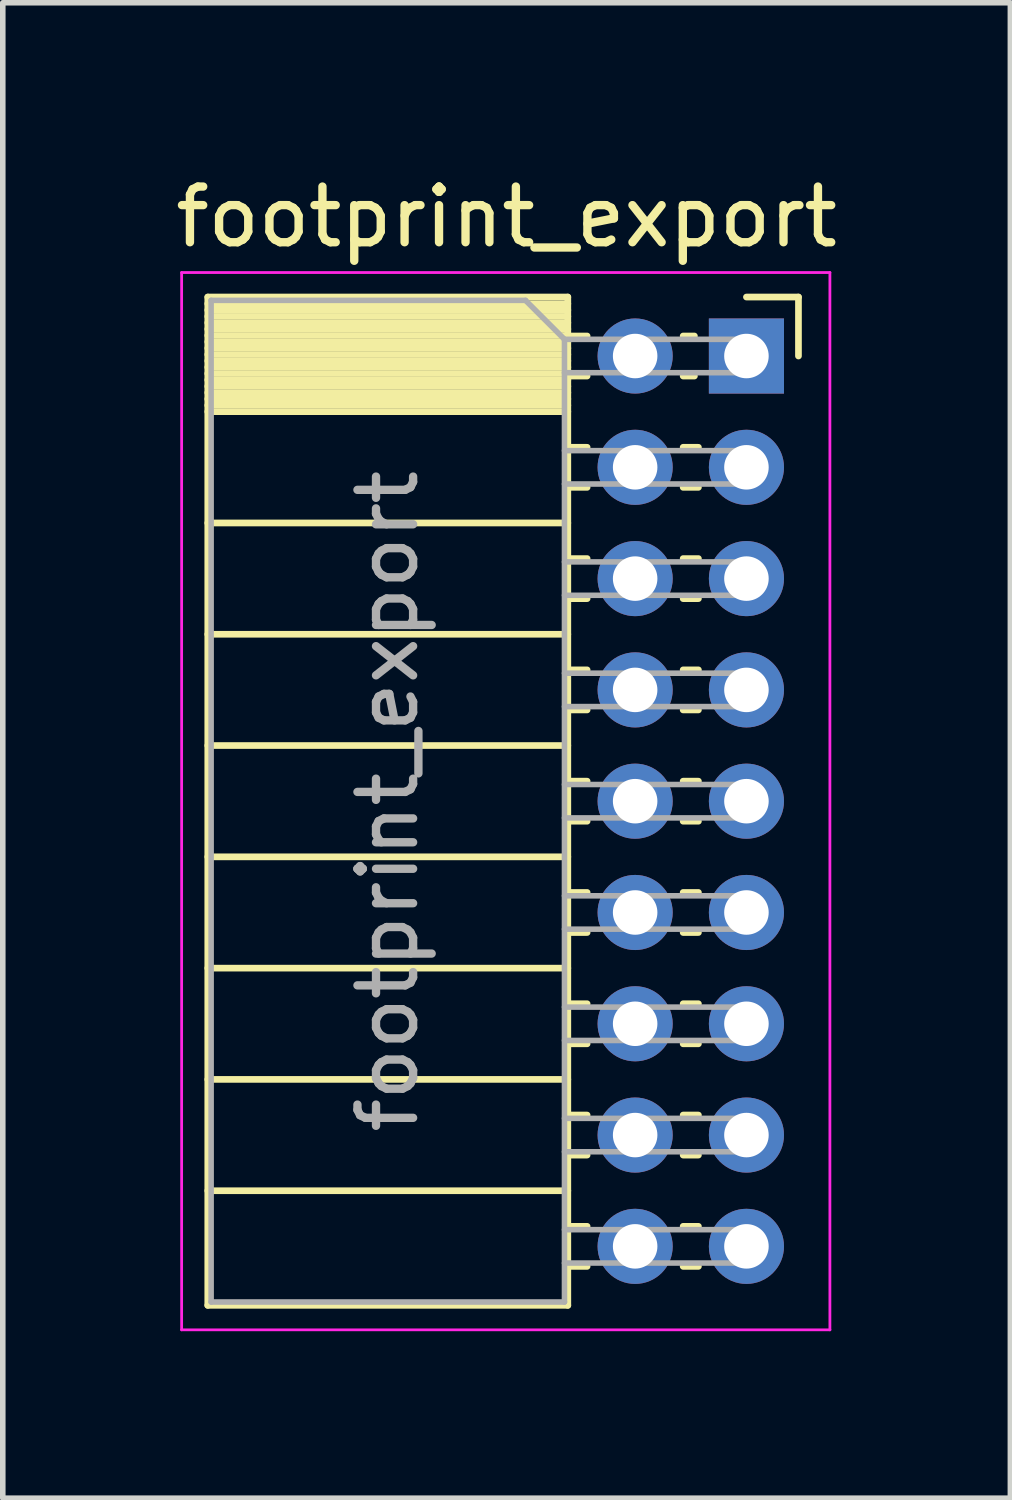
<source format=kicad_pcb>
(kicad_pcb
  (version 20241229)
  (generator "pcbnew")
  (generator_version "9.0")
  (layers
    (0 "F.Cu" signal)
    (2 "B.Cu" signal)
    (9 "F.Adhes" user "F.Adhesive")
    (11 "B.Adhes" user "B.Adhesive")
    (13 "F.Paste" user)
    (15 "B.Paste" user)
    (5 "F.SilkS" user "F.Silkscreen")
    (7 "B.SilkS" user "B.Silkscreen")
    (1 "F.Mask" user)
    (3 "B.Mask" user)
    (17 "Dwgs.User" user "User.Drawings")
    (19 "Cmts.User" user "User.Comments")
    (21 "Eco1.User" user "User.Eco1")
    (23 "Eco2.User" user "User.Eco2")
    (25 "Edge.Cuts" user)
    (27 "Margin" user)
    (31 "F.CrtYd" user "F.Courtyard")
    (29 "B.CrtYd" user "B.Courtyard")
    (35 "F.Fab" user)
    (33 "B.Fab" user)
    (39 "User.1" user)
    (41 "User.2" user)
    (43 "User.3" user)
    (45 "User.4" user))
  (footprint "footprint_export"
    (layer "F.Cu")
    (at 10.364 3.348)
    (property "Reference" "footprint_export" (at -4.31 -2.5 0) (layer "F.SilkS") (effects (font (size 1 1) (thickness 0.15))))
    (attr through_hole)
    (fp_line (start -9.68 -1.06) (end -9.68 17.06) (stroke (width 0.12) (type solid)) (layer "F.SilkS"))
    (fp_line (start -9.68 -1.06) (end -3.21 -1.06) (stroke (width 0.12) (type solid)) (layer "F.SilkS"))
    (fp_line (start -9.68 -0.94) (end -3.21 -0.94) (stroke (width 0.12) (type solid)) (layer "F.SilkS"))
    (fp_line (start -9.68 -0.826) (end -3.21 -0.826) (stroke (width 0.12) (type solid)) (layer "F.SilkS"))
    (fp_line (start -9.68 -0.712) (end -3.21 -0.712) (stroke (width 0.12) (type solid)) (layer "F.SilkS"))
    (fp_line (start -9.68 -0.598) (end -3.21 -0.598) (stroke (width 0.12) (type solid)) (layer "F.SilkS"))
    (fp_line (start -9.68 -0.484) (end -3.21 -0.484) (stroke (width 0.12) (type solid)) (layer "F.SilkS"))
    (fp_line (start -9.68 -0.369) (end -3.21 -0.369) (stroke (width 0.12) (type solid)) (layer "F.SilkS"))
    (fp_line (start -9.68 -0.255) (end -3.21 -0.255) (stroke (width 0.12) (type solid)) (layer "F.SilkS"))
    (fp_line (start -9.68 -0.141) (end -3.21 -0.141) (stroke (width 0.12) (type solid)) (layer "F.SilkS"))
    (fp_line (start -9.68 -0.027) (end -3.21 -0.027) (stroke (width 0.12) (type solid)) (layer "F.SilkS"))
    (fp_line (start -9.68 0.087) (end -3.21 0.087) (stroke (width 0.12) (type solid)) (layer "F.SilkS"))
    (fp_line (start -9.68 0.201) (end -3.21 0.201) (stroke (width 0.12) (type solid)) (layer "F.SilkS"))
    (fp_line (start -9.68 0.315) (end -3.21 0.315) (stroke (width 0.12) (type solid)) (layer "F.SilkS"))
    (fp_line (start -9.68 0.429) (end -3.21 0.429) (stroke (width 0.12) (type solid)) (layer "F.SilkS"))
    (fp_line (start -9.68 0.544) (end -3.21 0.544) (stroke (width 0.12) (type solid)) (layer "F.SilkS"))
    (fp_line (start -9.68 0.658) (end -3.21 0.658) (stroke (width 0.12) (type solid)) (layer "F.SilkS"))
    (fp_line (start -9.68 0.772) (end -3.21 0.772) (stroke (width 0.12) (type solid)) (layer "F.SilkS"))
    (fp_line (start -9.68 0.886) (end -3.21 0.886) (stroke (width 0.12) (type solid)) (layer "F.SilkS"))
    (fp_line (start -9.68 1) (end -3.21 1) (stroke (width 0.12) (type solid)) (layer "F.SilkS"))
    (fp_line (start -9.68 3) (end -3.21 3) (stroke (width 0.12) (type solid)) (layer "F.SilkS"))
    (fp_line (start -9.68 5) (end -3.21 5) (stroke (width 0.12) (type solid)) (layer "F.SilkS"))
    (fp_line (start -9.68 7) (end -3.21 7) (stroke (width 0.12) (type solid)) (layer "F.SilkS"))
    (fp_line (start -9.68 9) (end -3.21 9) (stroke (width 0.12) (type solid)) (layer "F.SilkS"))
    (fp_line (start -9.68 11) (end -3.21 11) (stroke (width 0.12) (type solid)) (layer "F.SilkS"))
    (fp_line (start -9.68 13) (end -3.21 13) (stroke (width 0.12) (type solid)) (layer "F.SilkS"))
    (fp_line (start -9.68 15) (end -3.21 15) (stroke (width 0.12) (type solid)) (layer "F.SilkS"))
    (fp_line (start -9.68 17.06) (end -3.21 17.06) (stroke (width 0.12) (type solid)) (layer "F.SilkS"))
    (fp_line (start -3.21 -1.06) (end -3.21 17.06) (stroke (width 0.12) (type solid)) (layer "F.SilkS"))
    (fp_line (start -3.21 -0.36) (end -2.863 -0.36) (stroke (width 0.12) (type solid)) (layer "F.SilkS"))
    (fp_line (start -3.21 0.36) (end -2.863 0.36) (stroke (width 0.12) (type solid)) (layer "F.SilkS"))
    (fp_line (start -3.21 1.64) (end -2.863 1.64) (stroke (width 0.12) (type solid)) (layer "F.SilkS"))
    (fp_line (start -3.21 2.36) (end -2.863 2.36) (stroke (width 0.12) (type solid)) (layer "F.SilkS"))
    (fp_line (start -3.21 3.64) (end -2.863 3.64) (stroke (width 0.12) (type solid)) (layer "F.SilkS"))
    (fp_line (start -3.21 4.36) (end -2.863 4.36) (stroke (width 0.12) (type solid)) (layer "F.SilkS"))
    (fp_line (start -3.21 5.64) (end -2.863 5.64) (stroke (width 0.12) (type solid)) (layer "F.SilkS"))
    (fp_line (start -3.21 6.36) (end -2.863 6.36) (stroke (width 0.12) (type solid)) (layer "F.SilkS"))
    (fp_line (start -3.21 7.64) (end -2.863 7.64) (stroke (width 0.12) (type solid)) (layer "F.SilkS"))
    (fp_line (start -3.21 8.36) (end -2.863 8.36) (stroke (width 0.12) (type solid)) (layer "F.SilkS"))
    (fp_line (start -3.21 9.64) (end -2.863 9.64) (stroke (width 0.12) (type solid)) (layer "F.SilkS"))
    (fp_line (start -3.21 10.36) (end -2.863 10.36) (stroke (width 0.12) (type solid)) (layer "F.SilkS"))
    (fp_line (start -3.21 11.64) (end -2.863 11.64) (stroke (width 0.12) (type solid)) (layer "F.SilkS"))
    (fp_line (start -3.21 12.36) (end -2.863 12.36) (stroke (width 0.12) (type solid)) (layer "F.SilkS"))
    (fp_line (start -3.21 13.64) (end -2.863 13.64) (stroke (width 0.12) (type solid)) (layer "F.SilkS"))
    (fp_line (start -3.21 14.36) (end -2.863 14.36) (stroke (width 0.12) (type solid)) (layer "F.SilkS"))
    (fp_line (start -3.21 15.64) (end -2.863 15.64) (stroke (width 0.12) (type solid)) (layer "F.SilkS"))
    (fp_line (start -3.21 16.36) (end -2.863 16.36) (stroke (width 0.12) (type solid)) (layer "F.SilkS"))
    (fp_line (start -1.137 -0.36) (end -0.935 -0.36) (stroke (width 0.12) (type solid)) (layer "F.SilkS"))
    (fp_line (start -1.137 0.36) (end -0.935 0.36) (stroke (width 0.12) (type solid)) (layer "F.SilkS"))
    (fp_line (start -1.137 1.64) (end -0.863 1.64) (stroke (width 0.12) (type solid)) (layer "F.SilkS"))
    (fp_line (start -1.137 2.36) (end -0.863 2.36) (stroke (width 0.12) (type solid)) (layer "F.SilkS"))
    (fp_line (start -1.137 3.64) (end -0.863 3.64) (stroke (width 0.12) (type solid)) (layer "F.SilkS"))
    (fp_line (start -1.137 4.36) (end -0.863 4.36) (stroke (width 0.12) (type solid)) (layer "F.SilkS"))
    (fp_line (start -1.137 5.64) (end -0.863 5.64) (stroke (width 0.12) (type solid)) (layer "F.SilkS"))
    (fp_line (start -1.137 6.36) (end -0.863 6.36) (stroke (width 0.12) (type solid)) (layer "F.SilkS"))
    (fp_line (start -1.137 7.64) (end -0.863 7.64) (stroke (width 0.12) (type solid)) (layer "F.SilkS"))
    (fp_line (start -1.137 8.36) (end -0.863 8.36) (stroke (width 0.12) (type solid)) (layer "F.SilkS"))
    (fp_line (start -1.137 9.64) (end -0.863 9.64) (stroke (width 0.12) (type solid)) (layer "F.SilkS"))
    (fp_line (start -1.137 10.36) (end -0.863 10.36) (stroke (width 0.12) (type solid)) (layer "F.SilkS"))
    (fp_line (start -1.137 11.64) (end -0.863 11.64) (stroke (width 0.12) (type solid)) (layer "F.SilkS"))
    (fp_line (start -1.137 12.36) (end -0.863 12.36) (stroke (width 0.12) (type solid)) (layer "F.SilkS"))
    (fp_line (start -1.137 13.64) (end -0.863 13.64) (stroke (width 0.12) (type solid)) (layer "F.SilkS"))
    (fp_line (start -1.137 14.36) (end -0.863 14.36) (stroke (width 0.12) (type solid)) (layer "F.SilkS"))
    (fp_line (start -1.137 15.64) (end -0.863 15.64) (stroke (width 0.12) (type solid)) (layer "F.SilkS"))
    (fp_line (start -1.137 16.36) (end -0.863 16.36) (stroke (width 0.12) (type solid)) (layer "F.SilkS"))
    (fp_line (start 0 -1.06) (end 0.935 -1.06) (stroke (width 0.12) (type solid)) (layer "F.SilkS"))
    (fp_line (start 0.935 -1.06) (end 0.935 0) (stroke (width 0.12) (type solid)) (layer "F.SilkS"))
    (fp_line (start -10.15 -1.5) (end -10.15 17.5) (stroke (width 0.05) (type solid)) (layer "F.CrtYd"))
    (fp_line (start -10.15 17.5) (end 1.5 17.5) (stroke (width 0.05) (type solid)) (layer "F.CrtYd"))
    (fp_line (start 1.5 -1.5) (end -10.15 -1.5) (stroke (width 0.05) (type solid)) (layer "F.CrtYd"))
    (fp_line (start 1.5 17.5) (end 1.5 -1.5) (stroke (width 0.05) (type solid)) (layer "F.CrtYd"))
    (fp_line (start -9.62 -1) (end -3.97 -1) (stroke (width 0.1) (type solid)) (layer "F.Fab"))
    (fp_line (start -9.62 17) (end -9.62 -1) (stroke (width 0.1) (type solid)) (layer "F.Fab"))
    (fp_line (start -3.97 -1) (end -3.27 -0.3) (stroke (width 0.1) (type solid)) (layer "F.Fab"))
    (fp_line (start -3.27 -0.3) (end -3.27 17) (stroke (width 0.1) (type solid)) (layer "F.Fab"))
    (fp_line (start -3.27 0.3) (end 0 0.3) (stroke (width 0.1) (type solid)) (layer "F.Fab"))
    (fp_line (start -3.27 2.3) (end 0 2.3) (stroke (width 0.1) (type solid)) (layer "F.Fab"))
    (fp_line (start -3.27 4.3) (end 0 4.3) (stroke (width 0.1) (type solid)) (layer "F.Fab"))
    (fp_line (start -3.27 6.3) (end 0 6.3) (stroke (width 0.1) (type solid)) (layer "F.Fab"))
    (fp_line (start -3.27 8.3) (end 0 8.3) (stroke (width 0.1) (type solid)) (layer "F.Fab"))
    (fp_line (start -3.27 10.3) (end 0 10.3) (stroke (width 0.1) (type solid)) (layer "F.Fab"))
    (fp_line (start -3.27 12.3) (end 0 12.3) (stroke (width 0.1) (type solid)) (layer "F.Fab"))
    (fp_line (start -3.27 14.3) (end 0 14.3) (stroke (width 0.1) (type solid)) (layer "F.Fab"))
    (fp_line (start -3.27 16.3) (end 0 16.3) (stroke (width 0.1) (type solid)) (layer "F.Fab"))
    (fp_line (start -3.27 17) (end -9.62 17) (stroke (width 0.1) (type solid)) (layer "F.Fab"))
    (fp_line (start 0 -0.3) (end -3.27 -0.3) (stroke (width 0.1) (type solid)) (layer "F.Fab"))
    (fp_line (start 0 0.3) (end 0 -0.3) (stroke (width 0.1) (type solid)) (layer "F.Fab"))
    (fp_line (start 0 1.7) (end -3.27 1.7) (stroke (width 0.1) (type solid)) (layer "F.Fab"))
    (fp_line (start 0 2.3) (end 0 1.7) (stroke (width 0.1) (type solid)) (layer "F.Fab"))
    (fp_line (start 0 3.7) (end -3.27 3.7) (stroke (width 0.1) (type solid)) (layer "F.Fab"))
    (fp_line (start 0 4.3) (end 0 3.7) (stroke (width 0.1) (type solid)) (layer "F.Fab"))
    (fp_line (start 0 5.7) (end -3.27 5.7) (stroke (width 0.1) (type solid)) (layer "F.Fab"))
    (fp_line (start 0 6.3) (end 0 5.7) (stroke (width 0.1) (type solid)) (layer "F.Fab"))
    (fp_line (start 0 7.7) (end -3.27 7.7) (stroke (width 0.1) (type solid)) (layer "F.Fab"))
    (fp_line (start 0 8.3) (end 0 7.7) (stroke (width 0.1) (type solid)) (layer "F.Fab"))
    (fp_line (start 0 9.7) (end -3.27 9.7) (stroke (width 0.1) (type solid)) (layer "F.Fab"))
    (fp_line (start 0 10.3) (end 0 9.7) (stroke (width 0.1) (type solid)) (layer "F.Fab"))
    (fp_line (start 0 11.7) (end -3.27 11.7) (stroke (width 0.1) (type solid)) (layer "F.Fab"))
    (fp_line (start 0 12.3) (end 0 11.7) (stroke (width 0.1) (type solid)) (layer "F.Fab"))
    (fp_line (start 0 13.7) (end -3.27 13.7) (stroke (width 0.1) (type solid)) (layer "F.Fab"))
    (fp_line (start 0 14.3) (end 0 13.7) (stroke (width 0.1) (type solid)) (layer "F.Fab"))
    (fp_line (start 0 15.7) (end -3.27 15.7) (stroke (width 0.1) (type solid)) (layer "F.Fab"))
    (fp_line (start 0 16.3) (end 0 15.7) (stroke (width 0.1) (type solid)) (layer "F.Fab"))
    (fp_text user "${REFERENCE}" (at -6.445 8 90) (layer "F.Fab") (effects (font (size 1 1) (thickness 0.15))))
    (pad "1" thru_hole rect (at 0 0) (size 1.35 1.35) (drill 0.8) (layers "*.Cu" "*.Mask"))
    (pad "2" thru_hole oval (at -2 0) (size 1.35 1.35) (drill 0.8) (layers "*.Cu" "*.Mask"))
    (pad "3" thru_hole oval (at 0 2) (size 1.35 1.35) (drill 0.8) (layers "*.Cu" "*.Mask"))
    (pad "4" thru_hole oval (at -2 2) (size 1.35 1.35) (drill 0.8) (layers "*.Cu" "*.Mask"))
    (pad "5" thru_hole oval (at 0 4) (size 1.35 1.35) (drill 0.8) (layers "*.Cu" "*.Mask"))
    (pad "6" thru_hole oval (at -2 4) (size 1.35 1.35) (drill 0.8) (layers "*.Cu" "*.Mask"))
    (pad "7" thru_hole oval (at 0 6) (size 1.35 1.35) (drill 0.8) (layers "*.Cu" "*.Mask"))
    (pad "8" thru_hole oval (at -2 6) (size 1.35 1.35) (drill 0.8) (layers "*.Cu" "*.Mask"))
    (pad "9" thru_hole oval (at 0 8) (size 1.35 1.35) (drill 0.8) (layers "*.Cu" "*.Mask"))
    (pad "10" thru_hole oval (at -2 8) (size 1.35 1.35) (drill 0.8) (layers "*.Cu" "*.Mask"))
    (pad "11" thru_hole oval (at 0 10) (size 1.35 1.35) (drill 0.8) (layers "*.Cu" "*.Mask"))
    (pad "12" thru_hole oval (at -2 10) (size 1.35 1.35) (drill 0.8) (layers "*.Cu" "*.Mask"))
    (pad "13" thru_hole oval (at 0 12) (size 1.35 1.35) (drill 0.8) (layers "*.Cu" "*.Mask"))
    (pad "14" thru_hole oval (at -2 12) (size 1.35 1.35) (drill 0.8) (layers "*.Cu" "*.Mask"))
    (pad "15" thru_hole oval (at 0 14) (size 1.35 1.35) (drill 0.8) (layers "*.Cu" "*.Mask"))
    (pad "16" thru_hole oval (at -2 14) (size 1.35 1.35) (drill 0.8) (layers "*.Cu" "*.Mask"))
    (pad "17" thru_hole oval (at 0 16) (size 1.35 1.35) (drill 0.8) (layers "*.Cu" "*.Mask"))
    (pad "18" thru_hole oval (at -2 16) (size 1.35 1.35) (drill 0.8) (layers "*.Cu" "*.Mask")))
  (gr_rect
    (start -3 -3)
    (end 15.107 23.873)
    (stroke (width 0.1) (type default))
    (fill no)
    (layer "Edge.Cuts")))
</source>
